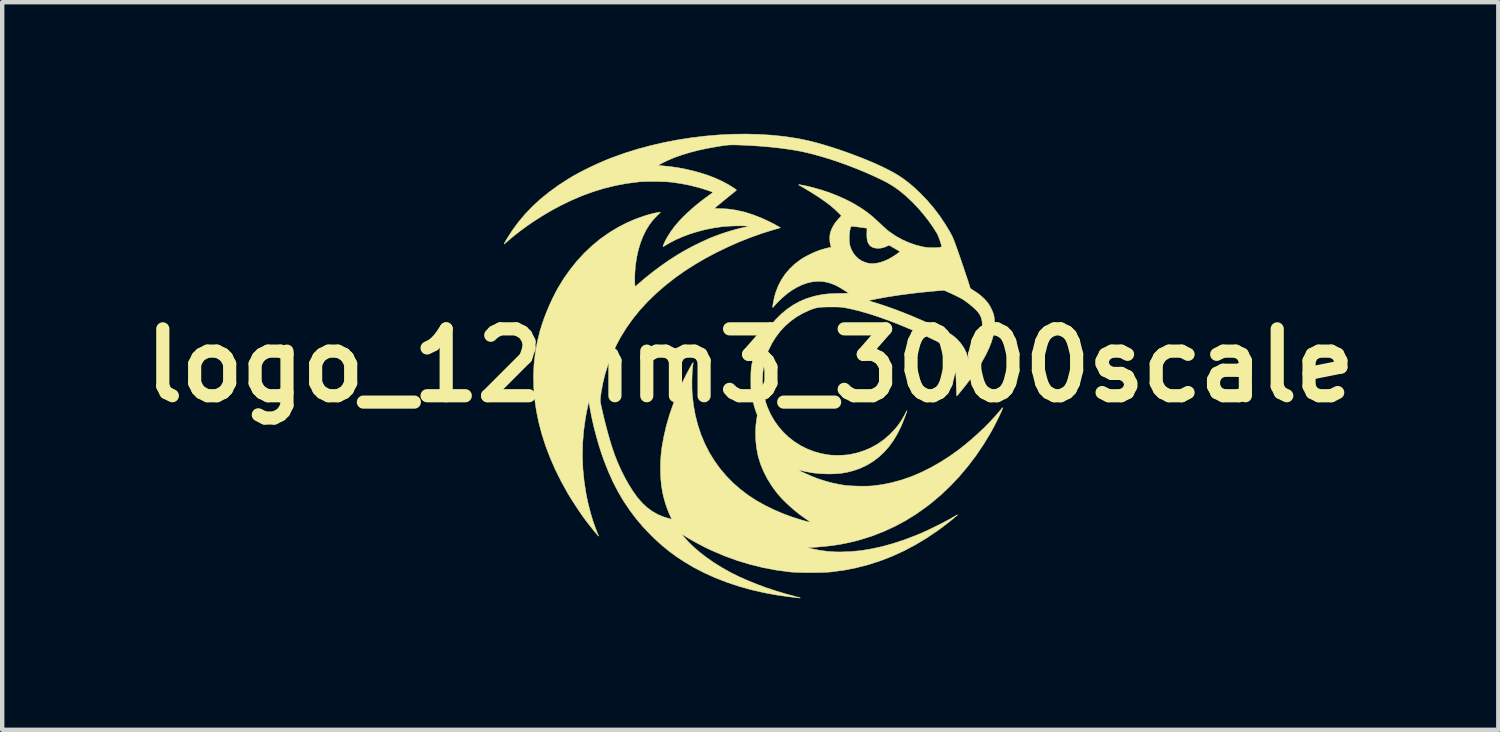
<source format=kicad_pcb>
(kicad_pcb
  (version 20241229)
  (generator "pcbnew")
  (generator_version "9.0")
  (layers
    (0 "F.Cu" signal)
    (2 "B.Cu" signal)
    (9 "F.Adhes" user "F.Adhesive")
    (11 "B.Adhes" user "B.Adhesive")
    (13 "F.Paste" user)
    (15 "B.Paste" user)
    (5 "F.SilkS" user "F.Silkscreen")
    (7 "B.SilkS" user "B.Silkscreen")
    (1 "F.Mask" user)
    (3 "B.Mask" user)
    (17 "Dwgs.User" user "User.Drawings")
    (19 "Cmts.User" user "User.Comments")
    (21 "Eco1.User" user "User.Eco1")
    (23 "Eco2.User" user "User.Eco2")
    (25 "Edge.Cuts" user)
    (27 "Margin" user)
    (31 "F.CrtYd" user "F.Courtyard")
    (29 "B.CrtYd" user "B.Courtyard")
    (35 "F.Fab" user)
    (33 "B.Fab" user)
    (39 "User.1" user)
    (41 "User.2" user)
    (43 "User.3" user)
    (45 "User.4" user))
  (footprint "logo_12mm3_3000scale"
    (layer "F.Cu")
    (at 14.05 5.28)
    (property "Reference" "logo_12mm3_3000scale" (at 0 0 0) (layer "F.SilkS") (effects (font (size 1.524 1.524) (thickness 0.3))))
    (attr through_hole)
    (fp_poly (pts (xy 0.208 -5.267) (xy 0.505 -5.248) (xy 0.795 -5.217) (xy 1.075 -5.174) (xy 1.193 -5.151) (xy 1.34 -5.119) (xy 1.498 -5.079) (xy 1.667 -5.032) (xy 1.842 -4.978) (xy 2.022 -4.92) (xy 2.205 -4.856) (xy 2.387 -4.789) (xy 2.566 -4.72) (xy 2.74 -4.648) (xy 2.862 -4.595) (xy 3.007 -4.529) (xy 3.138 -4.464) (xy 3.257 -4.401) (xy 3.367 -4.336) (xy 3.469 -4.269) (xy 3.567 -4.197) (xy 3.663 -4.12) (xy 3.759 -4.036) (xy 3.857 -3.943) (xy 3.868 -3.933) (xy 4.032 -3.763) (xy 4.182 -3.587) (xy 4.322 -3.403) (xy 4.452 -3.208) (xy 4.55 -3.044) (xy 4.571 -3.005) (xy 4.59 -2.97) (xy 4.607 -2.936) (xy 4.623 -2.899) (xy 4.64 -2.858) (xy 4.659 -2.809) (xy 4.68 -2.751) (xy 4.706 -2.679) (xy 4.712 -2.663) (xy 4.734 -2.601) (xy 4.758 -2.532) (xy 4.784 -2.457) (xy 4.811 -2.378) (xy 4.838 -2.298) (xy 4.866 -2.217) (xy 4.892 -2.138) (xy 4.917 -2.062) (xy 4.941 -1.992) (xy 4.962 -1.928) (xy 4.979 -1.874) (xy 4.993 -1.83) (xy 5.003 -1.798) (xy 5.008 -1.781) (xy 5.013 -1.765) (xy 5.025 -1.751) (xy 5.046 -1.736) (xy 5.074 -1.718) (xy 5.179 -1.65) (xy 5.273 -1.576) (xy 5.355 -1.498) (xy 5.419 -1.422) (xy 5.451 -1.373) (xy 5.484 -1.313) (xy 5.514 -1.25) (xy 5.538 -1.19) (xy 5.55 -1.151) (xy 5.559 -1.103) (xy 5.566 -1.043) (xy 5.569 -0.976) (xy 5.569 -0.907) (xy 5.566 -0.841) (xy 5.56 -0.784) (xy 5.56 -0.783) (xy 5.533 -0.657) (xy 5.493 -0.525) (xy 5.438 -0.387) (xy 5.37 -0.244) (xy 5.286 -0.093) (xy 5.189 0.064) (xy 5.076 0.228) (xy 4.992 0.342) (xy 4.955 0.391) (xy 4.917 0.441) (xy 4.877 0.492) (xy 4.838 0.54) (xy 4.802 0.585) (xy 4.77 0.624) (xy 4.743 0.657) (xy 4.722 0.68) (xy 4.71 0.693) (xy 4.707 0.694) (xy 4.705 0.686) (xy 4.704 0.663) (xy 4.702 0.628) (xy 4.7 0.583) (xy 4.698 0.529) (xy 4.696 0.476) (xy 4.693 0.361) (xy 4.689 0.254) (xy 4.683 0.158) (xy 4.677 0.074) (xy 4.671 0.004) (xy 4.664 -0.047) (xy 4.64 -0.148) (xy 4.6 -0.243) (xy 4.545 -0.33) (xy 4.477 -0.409) (xy 4.439 -0.443) (xy 4.409 -0.465) (xy 4.364 -0.492) (xy 4.304 -0.524) (xy 4.231 -0.562) (xy 4.143 -0.605) (xy 4.042 -0.653) (xy 3.929 -0.704) (xy 3.899 -0.718) (xy 3.635 -0.833) (xy 3.383 -0.938) (xy 3.141 -1.031) (xy 2.911 -1.113) (xy 2.693 -1.183) (xy 2.487 -1.242) (xy 2.292 -1.289) (xy 2.172 -1.314) (xy 2.139 -1.32) (xy 2.109 -1.324) (xy 2.079 -1.328) (xy 2.045 -1.33) (xy 2.005 -1.332) (xy 1.956 -1.333) (xy 1.896 -1.333) (xy 1.833 -1.333) (xy 1.749 -1.333) (xy 1.679 -1.331) (xy 1.62 -1.328) (xy 1.569 -1.323) (xy 1.524 -1.316) (xy 1.481 -1.307) (xy 1.438 -1.294) (xy 1.393 -1.277) (xy 1.359 -1.264) (xy 1.203 -1.193) (xy 1.057 -1.109) (xy 0.921 -1.011) (xy 0.796 -0.901) (xy 0.682 -0.779) (xy 0.581 -0.646) (xy 0.492 -0.502) (xy 0.417 -0.349) (xy 0.395 -0.296) (xy 0.342 -0.141) (xy 0.305 0.02) (xy 0.284 0.184) (xy 0.277 0.349) (xy 0.287 0.515) (xy 0.312 0.678) (xy 0.352 0.837) (xy 0.395 0.961) (xy 0.466 1.116) (xy 0.55 1.261) (xy 0.647 1.397) (xy 0.755 1.521) (xy 0.875 1.635) (xy 1.005 1.736) (xy 1.144 1.824) (xy 1.292 1.899) (xy 1.448 1.96) (xy 1.61 2.006) (xy 1.778 2.037) (xy 1.78 2.037) (xy 1.842 2.043) (xy 1.915 2.046) (xy 1.993 2.047) (xy 2.074 2.046) (xy 2.151 2.042) (xy 2.22 2.036) (xy 2.273 2.028) (xy 2.445 1.99) (xy 2.607 1.937) (xy 2.76 1.871) (xy 2.904 1.79) (xy 3.04 1.695) (xy 3.168 1.585) (xy 3.23 1.523) (xy 3.306 1.441) (xy 3.37 1.363) (xy 3.427 1.282) (xy 3.48 1.194) (xy 3.52 1.122) (xy 3.539 1.086) (xy 3.555 1.056) (xy 3.567 1.037) (xy 3.572 1.029) (xy 3.573 1.029) (xy 3.57 1.042) (xy 3.562 1.068) (xy 3.549 1.104) (xy 3.533 1.148) (xy 3.515 1.196) (xy 3.495 1.247) (xy 3.476 1.296) (xy 3.457 1.342) (xy 3.44 1.382) (xy 3.434 1.396) (xy 3.351 1.562) (xy 3.259 1.715) (xy 3.157 1.854) (xy 3.046 1.98) (xy 2.925 2.091) (xy 2.795 2.189) (xy 2.656 2.273) (xy 2.508 2.342) (xy 2.409 2.378) (xy 2.298 2.412) (xy 2.19 2.438) (xy 2.081 2.456) (xy 1.967 2.467) (xy 1.842 2.472) (xy 1.788 2.472) (xy 1.606 2.467) (xy 1.433 2.449) (xy 1.265 2.419) (xy 1.169 2.396) (xy 1.138 2.389) (xy 1.115 2.384) (xy 1.103 2.383) (xy 1.102 2.384) (xy 1.108 2.388) (xy 1.126 2.399) (xy 1.155 2.414) (xy 1.192 2.432) (xy 1.211 2.441) (xy 1.385 2.519) (xy 1.553 2.584) (xy 1.72 2.638) (xy 1.889 2.682) (xy 2.065 2.717) (xy 2.151 2.731) (xy 2.198 2.737) (xy 2.258 2.741) (xy 2.329 2.745) (xy 2.406 2.748) (xy 2.487 2.75) (xy 2.567 2.75) (xy 2.643 2.75) (xy 2.712 2.748) (xy 2.77 2.745) (xy 2.787 2.744) (xy 3.007 2.715) (xy 3.228 2.67) (xy 3.45 2.609) (xy 3.672 2.532) (xy 3.894 2.438) (xy 4.115 2.328) (xy 4.335 2.203) (xy 4.553 2.063) (xy 4.754 1.919) (xy 4.901 1.803) (xy 5.05 1.678) (xy 5.196 1.547) (xy 5.339 1.412) (xy 5.473 1.275) (xy 5.598 1.14) (xy 5.702 1.018) (xy 5.724 0.992) (xy 5.742 0.972) (xy 5.753 0.962) (xy 5.755 0.96) (xy 5.754 0.97) (xy 5.746 0.994) (xy 5.732 1.028) (xy 5.713 1.071) (xy 5.689 1.123) (xy 5.662 1.179) (xy 5.632 1.24) (xy 5.601 1.302) (xy 5.569 1.365) (xy 5.537 1.426) (xy 5.506 1.482) (xy 5.478 1.534) (xy 5.474 1.541) (xy 5.313 1.806) (xy 5.141 2.059) (xy 4.958 2.3) (xy 4.766 2.528) (xy 4.563 2.743) (xy 4.352 2.944) (xy 4.131 3.131) (xy 4.009 3.225) (xy 3.779 3.388) (xy 3.542 3.535) (xy 3.298 3.666) (xy 3.048 3.781) (xy 2.791 3.882) (xy 2.527 3.966) (xy 2.418 3.996) (xy 2.24 4.039) (xy 2.059 4.075) (xy 1.872 4.104) (xy 1.675 4.126) (xy 1.466 4.144) (xy 1.41 4.147) (xy 1.308 4.153) (xy 1.401 4.176) (xy 1.577 4.212) (xy 1.76 4.237) (xy 1.951 4.249) (xy 2.057 4.25) (xy 2.285 4.242) (xy 2.518 4.22) (xy 2.756 4.181) (xy 3.001 4.128) (xy 3.251 4.059) (xy 3.508 3.975) (xy 3.771 3.875) (xy 3.878 3.831) (xy 3.952 3.798) (xy 4.036 3.76) (xy 4.128 3.716) (xy 4.224 3.669) (xy 4.32 3.621) (xy 4.414 3.573) (xy 4.5 3.527) (xy 4.577 3.485) (xy 4.614 3.463) (xy 4.66 3.437) (xy 4.693 3.418) (xy 4.714 3.407) (xy 4.724 3.403) (xy 4.724 3.405) (xy 4.717 3.413) (xy 4.703 3.425) (xy 4.669 3.455) (xy 4.624 3.493) (xy 4.57 3.536) (xy 4.511 3.583) (xy 4.448 3.631) (xy 4.386 3.679) (xy 4.326 3.724) (xy 4.272 3.763) (xy 4.02 3.933) (xy 3.765 4.086) (xy 3.506 4.223) (xy 3.243 4.344) (xy 2.976 4.448) (xy 2.704 4.537) (xy 2.428 4.608) (xy 2.148 4.664) (xy 1.863 4.703) (xy 1.85 4.705) (xy 1.787 4.71) (xy 1.71 4.714) (xy 1.622 4.718) (xy 1.527 4.72) (xy 1.427 4.721) (xy 1.326 4.721) (xy 1.226 4.72) (xy 1.13 4.718) (xy 1.043 4.715) (xy 0.965 4.711) (xy 0.902 4.705) (xy 0.897 4.705) (xy 0.591 4.664) (xy 0.29 4.607) (xy -0.005 4.534) (xy -0.297 4.446) (xy -0.585 4.341) (xy -0.871 4.22) (xy -0.916 4.199) (xy -0.987 4.165) (xy -1.064 4.127) (xy -1.144 4.085) (xy -1.225 4.042) (xy -1.302 3.999) (xy -1.375 3.958) (xy -1.441 3.919) (xy -1.496 3.885) (xy -1.535 3.859) (xy -1.55 3.849) (xy -1.558 3.847) (xy -1.558 3.847) (xy -1.553 3.855) (xy -1.539 3.873) (xy -1.52 3.897) (xy -1.514 3.905) (xy -1.405 4.026) (xy -1.281 4.146) (xy -1.142 4.265) (xy -0.991 4.381) (xy -0.828 4.494) (xy -0.655 4.602) (xy -0.474 4.704) (xy -0.432 4.727) (xy -0.252 4.816) (xy -0.058 4.902) (xy 0.148 4.985) (xy 0.363 5.065) (xy 0.584 5.138) (xy 0.808 5.206) (xy 1.033 5.266) (xy 1.084 5.28) (xy 1.119 5.289) (xy 1.138 5.296) (xy 1.141 5.299) (xy 1.128 5.299) (xy 1.1 5.297) (xy 1.079 5.294) (xy 1.063 5.292) (xy 1.033 5.289) (xy 0.993 5.284) (xy 0.945 5.279) (xy 0.906 5.274) (xy 0.602 5.232) (xy 0.306 5.177) (xy 0.016 5.11) (xy -0.265 5.031) (xy -0.536 4.941) (xy -0.798 4.839) (xy -1.049 4.726) (xy -1.288 4.602) (xy -1.494 4.48) (xy -1.677 4.36) (xy -1.849 4.234) (xy -2.013 4.1) (xy -2.174 3.954) (xy -2.269 3.861) (xy -2.443 3.679) (xy -2.529 3.577) (xy 1.38 3.577) (xy 1.384 3.581) (xy 1.389 3.577) (xy 1.384 3.573) (xy 1.38 3.577) (xy -2.529 3.577) (xy -2.603 3.49) (xy -2.751 3.293) (xy -2.888 3.089) (xy -3.014 2.874) (xy -3.131 2.648) (xy -3.237 2.411) (xy -3.336 2.16) (xy -3.395 1.99) (xy -3.455 1.802) (xy -3.51 1.608) (xy -3.561 1.413) (xy -3.605 1.221) (xy -3.642 1.037) (xy -3.659 0.94) (xy -3.665 0.9) (xy -3.671 0.866) (xy -3.676 0.843) (xy -3.678 0.832) (xy -3.678 0.832) (xy -3.681 0.838) (xy -3.687 0.859) (xy -3.694 0.891) (xy -3.704 0.932) (xy -3.714 0.98) (xy -3.725 1.032) (xy -3.735 1.085) (xy -3.745 1.137) (xy -3.754 1.186) (xy -3.759 1.215) (xy -3.798 1.5) (xy -3.82 1.785) (xy -3.825 2.072) (xy -3.814 2.359) (xy -3.785 2.647) (xy -3.74 2.935) (xy -3.733 2.972) (xy -3.7 3.127) (xy -3.661 3.283) (xy -3.619 3.435) (xy -3.573 3.582) (xy -3.524 3.718) (xy -3.481 3.827) (xy -3.454 3.89) (xy -3.476 3.869) (xy -3.491 3.854) (xy -3.513 3.827) (xy -3.543 3.792) (xy -3.578 3.749) (xy -3.616 3.702) (xy -3.655 3.652) (xy -3.695 3.602) (xy -3.732 3.553) (xy -3.766 3.508) (xy -3.793 3.472) (xy -3.836 3.411) (xy -3.885 3.34) (xy -3.938 3.262) (xy -3.991 3.18) (xy -4.044 3.099) (xy -4.092 3.023) (xy -4.135 2.953) (xy -4.159 2.913) (xy -4.31 2.64) (xy -4.445 2.369) (xy -4.563 2.098) (xy -4.666 1.828) (xy -4.752 1.559) (xy -4.822 1.291) (xy -4.876 1.025) (xy -4.908 0.802) (xy -3.418 0.802) (xy -3.416 0.826) (xy -3.411 0.856) (xy -3.404 0.894) (xy -3.393 0.944) (xy -3.391 0.952) (xy -3.359 1.095) (xy -3.324 1.243) (xy -3.285 1.393) (xy -3.246 1.54) (xy -3.206 1.681) (xy -3.167 1.811) (xy -3.148 1.871) (xy -3.087 2.047) (xy -3.018 2.221) (xy -2.941 2.391) (xy -2.859 2.554) (xy -2.773 2.709) (xy -2.683 2.852) (xy -2.592 2.982) (xy -2.56 3.023) (xy -2.459 3.137) (xy -2.352 3.237) (xy -2.238 3.321) (xy -2.116 3.391) (xy -1.986 3.447) (xy -1.88 3.48) (xy -1.847 3.489) (xy -1.82 3.497) (xy -1.802 3.502) (xy -1.801 3.502) (xy -1.794 3.502) (xy -1.794 3.495) (xy -1.801 3.478) (xy -1.815 3.449) (xy -1.856 3.358) (xy -1.896 3.255) (xy -1.934 3.145) (xy -1.966 3.031) (xy -1.993 2.92) (xy -1.997 2.9) (xy -2.024 2.74) (xy -2.04 2.57) (xy -2.047 2.393) (xy -2.045 2.211) (xy -2.033 2.029) (xy -2.015 1.875) (xy -1.971 1.626) (xy -1.912 1.372) (xy -1.837 1.115) (xy -1.747 0.857) (xy -1.643 0.597) (xy -1.524 0.338) (xy -1.498 0.287) (xy -1.472 0.234) (xy -1.444 0.18) (xy -1.415 0.126) (xy -1.388 0.075) (xy -1.362 0.029) (xy -1.34 -0.011) (xy -1.322 -0.041) (xy -1.309 -0.061) (xy -1.303 -0.068) (xy -1.301 -0.06) (xy -1.303 -0.041) (xy -1.305 -0.028) (xy -1.312 0.028) (xy -1.319 0.098) (xy -1.324 0.178) (xy -1.327 0.264) (xy -1.329 0.355) (xy -1.329 0.445) (xy -1.328 0.533) (xy -1.325 0.614) (xy -1.321 0.673) (xy -1.293 0.911) (xy -1.251 1.141) (xy -1.193 1.363) (xy -1.122 1.577) (xy -1.036 1.782) (xy -0.936 1.979) (xy -0.822 2.166) (xy -0.694 2.344) (xy -0.553 2.512) (xy -0.399 2.67) (xy -0.231 2.818) (xy -0.051 2.955) (xy 0.142 3.081) (xy 0.157 3.089) (xy 0.34 3.191) (xy 0.536 3.287) (xy 0.741 3.375) (xy 0.95 3.453) (xy 1.161 3.52) (xy 1.24 3.542) (xy 1.292 3.556) (xy 1.33 3.565) (xy 1.354 3.57) (xy 1.367 3.572) (xy 1.37 3.57) (xy 1.367 3.566) (xy 1.357 3.559) (xy 1.336 3.544) (xy 1.307 3.524) (xy 1.271 3.499) (xy 1.255 3.488) (xy 1.146 3.41) (xy 1.036 3.324) (xy 0.928 3.232) (xy 0.825 3.137) (xy 0.729 3.042) (xy 0.645 2.949) (xy 0.601 2.896) (xy 0.49 2.744) (xy 0.393 2.587) (xy 0.31 2.427) (xy 0.288 2.375) (xy 1.084 2.375) (xy 1.088 2.379) (xy 1.092 2.375) (xy 1.088 2.371) (xy 1.084 2.375) (xy 0.288 2.375) (xy 0.241 2.264) (xy 0.189 2.1) (xy 0.175 2.045) (xy 0.143 1.876) (xy 0.125 1.703) (xy 0.12 1.528) (xy 0.129 1.355) (xy 0.149 1.205) (xy 0.161 1.133) (xy 0.131 1.053) (xy 0.103 0.969) (xy 0.076 0.873) (xy 0.052 0.768) (xy 0.032 0.665) (xy 0.026 0.628) (xy 0.022 0.593) (xy 0.018 0.558) (xy 0.016 0.52) (xy 0.014 0.475) (xy 0.014 0.42) (xy 0.013 0.352) (xy 0.013 0.33) (xy 0.014 0.248) (xy 0.015 0.179) (xy 0.018 0.12) (xy 0.022 0.067) (xy 0.029 0.016) (xy 0.038 -0.035) (xy 0.05 -0.09) (xy 0.066 -0.154) (xy 0.068 -0.162) (xy 0.098 -0.271) (xy 0.134 -0.374) (xy 0.176 -0.472) (xy 0.226 -0.569) (xy 0.285 -0.667) (xy 0.355 -0.769) (xy 0.437 -0.878) (xy 0.456 -0.902) (xy 0.578 -1.044) (xy 0.705 -1.171) (xy 0.838 -1.282) (xy 0.977 -1.377) (xy 1.122 -1.457) (xy 1.172 -1.478) (xy 2.695 -1.478) (xy 2.702 -1.475) (xy 2.722 -1.469) (xy 2.754 -1.459) (xy 2.794 -1.446) (xy 2.83 -1.436) (xy 2.985 -1.387) (xy 3.153 -1.33) (xy 3.33 -1.266) (xy 3.515 -1.194) (xy 3.706 -1.117) (xy 3.9 -1.034) (xy 4.096 -0.947) (xy 4.292 -0.856) (xy 4.37 -0.819) (xy 4.445 -0.782) (xy 4.507 -0.75) (xy 4.559 -0.72) (xy 4.604 -0.69) (xy 4.645 -0.66) (xy 4.684 -0.626) (xy 4.711 -0.601) (xy 4.796 -0.508) (xy 4.866 -0.407) (xy 4.922 -0.296) (xy 4.964 -0.175) (xy 4.97 -0.153) (xy 4.98 -0.115) (xy 5.015 -0.17) (xy 5.032 -0.199) (xy 5.055 -0.237) (xy 5.08 -0.281) (xy 5.104 -0.325) (xy 5.106 -0.328) (xy 5.145 -0.404) (xy 5.182 -0.486) (xy 5.216 -0.568) (xy 5.245 -0.646) (xy 5.266 -0.716) (xy 5.268 -0.724) (xy 5.28 -0.788) (xy 5.287 -0.857) (xy 5.288 -0.927) (xy 5.285 -0.993) (xy 5.275 -1.05) (xy 5.268 -1.077) (xy 5.247 -1.127) (xy 5.221 -1.175) (xy 5.186 -1.222) (xy 5.143 -1.27) (xy 5.088 -1.321) (xy 5.02 -1.377) (xy 4.983 -1.407) (xy 4.945 -1.436) (xy 4.908 -1.463) (xy 4.877 -1.486) (xy 4.854 -1.501) (xy 4.852 -1.503) (xy 4.823 -1.52) (xy 4.782 -1.542) (xy 4.733 -1.567) (xy 4.678 -1.594) (xy 4.623 -1.621) (xy 4.569 -1.646) (xy 4.52 -1.668) (xy 4.5 -1.677) (xy 4.415 -1.713) (xy 4.284 -1.703) (xy 4.147 -1.691) (xy 4.002 -1.677) (xy 3.851 -1.661) (xy 3.699 -1.644) (xy 3.55 -1.625) (xy 3.407 -1.606) (xy 3.275 -1.586) (xy 3.198 -1.574) (xy 3.144 -1.565) (xy 3.085 -1.555) (xy 3.023 -1.544) (xy 2.96 -1.532) (xy 2.899 -1.521) (xy 2.842 -1.51) (xy 2.791 -1.5) (xy 2.749 -1.491) (xy 2.717 -1.484) (xy 2.699 -1.48) (xy 2.695 -1.478) (xy 1.172 -1.478) (xy 1.273 -1.522) (xy 1.431 -1.571) (xy 1.494 -1.587) (xy 1.562 -1.601) (xy 1.624 -1.613) (xy 1.684 -1.622) (xy 1.744 -1.629) (xy 1.809 -1.634) (xy 1.882 -1.638) (xy 1.966 -1.641) (xy 2.01 -1.642) (xy 2.246 -1.647) (xy 2.146 -1.712) (xy 2.045 -1.775) (xy 1.951 -1.825) (xy 1.86 -1.863) (xy 1.771 -1.891) (xy 1.68 -1.909) (xy 1.644 -1.914) (xy 1.531 -1.918) (xy 1.415 -1.907) (xy 1.297 -1.88) (xy 1.177 -1.837) (xy 1.057 -1.779) (xy 0.936 -1.706) (xy 0.865 -1.655) (xy 0.823 -1.622) (xy 0.775 -1.581) (xy 0.724 -1.536) (xy 0.674 -1.49) (xy 0.628 -1.444) (xy 0.588 -1.403) (xy 0.557 -1.368) (xy 0.55 -1.36) (xy 0.533 -1.339) (xy 0.52 -1.325) (xy 0.514 -1.321) (xy 0.511 -1.329) (xy 0.512 -1.35) (xy 0.516 -1.382) (xy 0.523 -1.423) (xy 0.532 -1.47) (xy 0.542 -1.52) (xy 0.554 -1.57) (xy 0.567 -1.619) (xy 0.579 -1.663) (xy 0.584 -1.676) (xy 0.639 -1.818) (xy 0.71 -1.953) (xy 0.794 -2.079) (xy 0.893 -2.196) (xy 1.005 -2.304) (xy 1.131 -2.401) (xy 1.17 -2.428) (xy 1.224 -2.461) (xy 1.29 -2.497) (xy 1.361 -2.533) (xy 1.434 -2.568) (xy 1.504 -2.598) (xy 1.564 -2.621) (xy 1.571 -2.623) (xy 1.61 -2.636) (xy 1.655 -2.649) (xy 1.701 -2.663) (xy 1.746 -2.674) (xy 1.785 -2.684) (xy 1.814 -2.69) (xy 1.831 -2.692) (xy 1.843 -2.693) (xy 1.846 -2.695) (xy 1.843 -2.703) (xy 1.837 -2.723) (xy 1.829 -2.75) (xy 1.818 -2.798) (xy 1.813 -2.856) (xy 1.812 -2.91) (xy 2.256 -2.91) (xy 2.257 -2.846) (xy 2.262 -2.788) (xy 2.27 -2.741) (xy 2.271 -2.735) (xy 2.304 -2.644) (xy 2.349 -2.561) (xy 2.405 -2.489) (xy 2.472 -2.428) (xy 2.547 -2.381) (xy 2.55 -2.38) (xy 2.632 -2.345) (xy 2.713 -2.326) (xy 2.795 -2.322) (xy 2.883 -2.331) (xy 2.887 -2.332) (xy 2.964 -2.349) (xy 3.04 -2.375) (xy 3.121 -2.409) (xy 3.137 -2.417) (xy 3.182 -2.441) (xy 3.234 -2.471) (xy 3.287 -2.504) (xy 3.337 -2.538) (xy 3.378 -2.568) (xy 3.389 -2.577) (xy 3.413 -2.597) (xy 3.289 -2.669) (xy 3.164 -2.741) (xy 3.113 -2.717) (xy 3.043 -2.69) (xy 2.973 -2.674) (xy 2.906 -2.67) (xy 2.844 -2.676) (xy 2.788 -2.693) (xy 2.742 -2.72) (xy 2.71 -2.755) (xy 2.685 -2.798) (xy 2.669 -2.846) (xy 2.66 -2.902) (xy 2.657 -2.971) (xy 2.657 -2.989) (xy 2.658 -3.03) (xy 2.659 -3.066) (xy 2.66 -3.094) (xy 2.661 -3.107) (xy 2.663 -3.128) (xy 2.482 -3.153) (xy 2.42 -3.161) (xy 2.373 -3.167) (xy 2.338 -3.17) (xy 2.315 -3.171) (xy 2.301 -3.17) (xy 2.295 -3.167) (xy 2.295 -3.167) (xy 2.29 -3.154) (xy 2.283 -3.129) (xy 2.275 -3.097) (xy 2.272 -3.087) (xy 2.264 -3.035) (xy 2.258 -2.975) (xy 2.256 -2.91) (xy 1.812 -2.91) (xy 1.812 -2.918) (xy 1.816 -2.977) (xy 1.825 -3.024) (xy 1.854 -3.107) (xy 1.897 -3.192) (xy 1.953 -3.274) (xy 2.019 -3.35) (xy 2.021 -3.352) (xy 2.045 -3.377) (xy 2.063 -3.397) (xy 2.073 -3.41) (xy 2.074 -3.412) (xy 2.069 -3.42) (xy 2.053 -3.437) (xy 2.029 -3.461) (xy 2 -3.49) (xy 1.988 -3.502) (xy 1.93 -3.556) (xy 1.873 -3.607) (xy 1.812 -3.657) (xy 1.747 -3.707) (xy 1.673 -3.76) (xy 1.588 -3.819) (xy 1.541 -3.85) (xy 1.499 -3.877) (xy 1.449 -3.909) (xy 1.395 -3.943) (xy 1.338 -3.978) (xy 1.281 -4.012) (xy 1.229 -4.044) (xy 1.183 -4.071) (xy 1.146 -4.092) (xy 1.127 -4.101) (xy 1.11 -4.112) (xy 1.103 -4.119) (xy 1.103 -4.12) (xy 1.114 -4.121) (xy 1.138 -4.118) (xy 1.174 -4.112) (xy 1.219 -4.103) (xy 1.27 -4.092) (xy 1.326 -4.08) (xy 1.382 -4.067) (xy 1.429 -4.055) (xy 1.614 -4.003) (xy 1.797 -3.942) (xy 1.975 -3.873) (xy 2.146 -3.798) (xy 2.305 -3.718) (xy 2.399 -3.665) (xy 2.504 -3.601) (xy 2.599 -3.538) (xy 2.689 -3.472) (xy 2.776 -3.402) (xy 2.865 -3.323) (xy 2.956 -3.238) (xy 3.001 -3.196) (xy 3.047 -3.153) (xy 3.093 -3.112) (xy 3.133 -3.078) (xy 3.165 -3.052) (xy 3.167 -3.051) (xy 3.309 -2.954) (xy 3.459 -2.87) (xy 3.615 -2.8) (xy 3.774 -2.744) (xy 3.935 -2.704) (xy 3.975 -2.697) (xy 4.023 -2.69) (xy 4.079 -2.686) (xy 4.14 -2.684) (xy 4.199 -2.684) (xy 4.254 -2.686) (xy 4.297 -2.69) (xy 4.309 -2.692) (xy 4.334 -2.697) (xy 4.353 -2.7) (xy 4.358 -2.701) (xy 4.361 -2.708) (xy 4.358 -2.729) (xy 4.351 -2.759) (xy 4.34 -2.797) (xy 4.326 -2.839) (xy 4.311 -2.883) (xy 4.295 -2.925) (xy 4.279 -2.964) (xy 4.264 -2.996) (xy 4.257 -3.01) (xy 4.167 -3.153) (xy 4.064 -3.298) (xy 3.951 -3.443) (xy 3.83 -3.584) (xy 3.704 -3.717) (xy 3.665 -3.754) (xy 3.557 -3.855) (xy 3.453 -3.944) (xy 3.351 -4.023) (xy 3.246 -4.094) (xy 3.135 -4.16) (xy 3.015 -4.223) (xy 2.984 -4.238) (xy 2.801 -4.324) (xy 2.611 -4.408) (xy 2.416 -4.488) (xy 2.217 -4.565) (xy 2.019 -4.636) (xy 1.823 -4.702) (xy 1.631 -4.76) (xy 1.446 -4.812) (xy 1.271 -4.855) (xy 1.151 -4.881) (xy 0.938 -4.919) (xy 0.71 -4.951) (xy 0.467 -4.978) (xy 0.207 -5) (xy -0.068 -5.017) (xy -0.186 -5.022) (xy -0.266 -5.025) (xy -0.333 -5.027) (xy -0.39 -5.028) (xy -0.442 -5.027) (xy -0.49 -5.025) (xy -0.54 -5.02) (xy -0.593 -5.014) (xy -0.655 -5.005) (xy -0.728 -4.993) (xy -0.77 -4.986) (xy -0.983 -4.948) (xy -1.186 -4.904) (xy -1.378 -4.854) (xy -1.558 -4.799) (xy -1.726 -4.74) (xy -1.879 -4.676) (xy -2.007 -4.613) (xy -2.04 -4.595) (xy -2.068 -4.579) (xy -2.087 -4.568) (xy -2.094 -4.564) (xy -2.089 -4.561) (xy -2.07 -4.557) (xy -2.041 -4.554) (xy -2.013 -4.552) (xy -1.837 -4.535) (xy -1.657 -4.51) (xy -1.477 -4.476) (xy -1.298 -4.434) (xy -1.124 -4.386) (xy -0.958 -4.332) (xy -0.802 -4.272) (xy -0.66 -4.208) (xy -0.651 -4.203) (xy -0.597 -4.175) (xy -0.542 -4.146) (xy -0.489 -4.116) (xy -0.44 -4.086) (xy -0.396 -4.059) (xy -0.36 -4.035) (xy -0.333 -4.016) (xy -0.318 -4.002) (xy -0.315 -3.996) (xy -0.322 -3.989) (xy -0.34 -3.973) (xy -0.367 -3.951) (xy -0.401 -3.923) (xy -0.432 -3.899) (xy -0.466 -3.871) (xy -0.507 -3.838) (xy -0.552 -3.801) (xy -0.6 -3.762) (xy -0.647 -3.723) (xy -0.692 -3.686) (xy -0.733 -3.652) (xy -0.768 -3.623) (xy -0.794 -3.601) (xy -0.809 -3.587) (xy -0.81 -3.587) (xy -0.81 -3.583) (xy -0.798 -3.58) (xy -0.772 -3.578) (xy -0.733 -3.577) (xy -0.692 -3.576) (xy -0.511 -3.567) (xy -0.327 -3.541) (xy -0.139 -3.499) (xy 0.051 -3.44) (xy 0.246 -3.365) (xy 0.411 -3.289) (xy 0.462 -3.264) (xy 0.513 -3.238) (xy 0.56 -3.213) (xy 0.599 -3.191) (xy 0.622 -3.179) (xy 0.689 -3.139) (xy 0.533 -3.094) (xy 0.271 -3.013) (xy 0.007 -2.919) (xy -0.255 -2.815) (xy -0.515 -2.7) (xy -0.77 -2.577) (xy -1.017 -2.446) (xy -1.254 -2.308) (xy -1.48 -2.164) (xy -1.691 -2.016) (xy -1.714 -1.999) (xy -1.938 -1.823) (xy -2.145 -1.643) (xy -2.337 -1.457) (xy -2.513 -1.266) (xy -2.673 -1.068) (xy -2.819 -0.865) (xy -2.95 -0.654) (xy -3.047 -0.474) (xy -3.146 -0.262) (xy -3.232 -0.046) (xy -3.303 0.174) (xy -3.358 0.394) (xy -3.399 0.613) (xy -3.412 0.72) (xy -3.416 0.752) (xy -3.418 0.778) (xy -3.418 0.802) (xy -4.908 0.802) (xy -4.914 0.76) (xy -4.935 0.498) (xy -4.94 0.238) (xy -4.929 -0.02) (xy -4.901 -0.275) (xy -4.856 -0.526) (xy -4.796 -0.775) (xy -4.748 -0.931) (xy -4.699 -1.073) (xy -4.642 -1.221) (xy -4.579 -1.371) (xy -4.512 -1.516) (xy -4.443 -1.654) (xy -4.378 -1.774) (xy -4.247 -1.987) (xy -4.104 -2.188) (xy -3.951 -2.379) (xy -3.787 -2.557) (xy -3.613 -2.722) (xy -3.43 -2.874) (xy -3.399 -2.897) (xy -3.21 -3.03) (xy -3.011 -3.15) (xy -2.807 -3.255) (xy -2.597 -3.345) (xy -2.394 -3.415) (xy -2.347 -3.429) (xy -2.295 -3.444) (xy -2.24 -3.458) (xy -2.187 -3.471) (xy -2.138 -3.482) (xy -2.096 -3.49) (xy -2.065 -3.495) (xy -2.051 -3.497) (xy -2.05 -3.492) (xy -2.061 -3.477) (xy -2.084 -3.454) (xy -2.102 -3.437) (xy -2.201 -3.335) (xy -2.292 -3.219) (xy -2.372 -3.09) (xy -2.442 -2.949) (xy -2.502 -2.797) (xy -2.551 -2.634) (xy -2.589 -2.461) (xy -2.616 -2.279) (xy -2.624 -2.19) (xy -2.628 -2.129) (xy -2.631 -2.064) (xy -2.633 -2) (xy -2.633 -1.94) (xy -2.632 -1.887) (xy -2.629 -1.846) (xy -2.628 -1.834) (xy -2.622 -1.795) (xy -2.563 -1.848) (xy -2.398 -1.99) (xy -2.224 -2.129) (xy -2.042 -2.265) (xy -1.859 -2.393) (xy -1.676 -2.511) (xy -1.528 -2.599) (xy -1.444 -2.646) (xy -1.348 -2.697) (xy -1.247 -2.749) (xy -1.144 -2.799) (xy -1.043 -2.846) (xy -0.95 -2.888) (xy -0.902 -2.909) (xy -0.795 -2.951) (xy -0.681 -2.993) (xy -0.563 -3.032) (xy -0.444 -3.069) (xy -0.329 -3.102) (xy -0.22 -3.13) (xy -0.121 -3.152) (xy -0.072 -3.161) (xy -0.004 -3.173) (xy -0.097 -3.179) (xy -0.153 -3.182) (xy -0.221 -3.183) (xy -0.297 -3.182) (xy -0.379 -3.18) (xy -0.46 -3.177) (xy -0.539 -3.172) (xy -0.609 -3.166) (xy -0.652 -3.162) (xy -0.834 -3.135) (xy -1.016 -3.099) (xy -1.195 -3.053) (xy -1.368 -3) (xy -1.535 -2.938) (xy -1.691 -2.87) (xy -1.834 -2.796) (xy -1.918 -2.747) (xy -1.951 -2.726) (xy -1.972 -2.714) (xy -1.984 -2.709) (xy -1.988 -2.711) (xy -1.987 -2.719) (xy -1.986 -2.724) (xy -1.974 -2.762) (xy -1.952 -2.81) (xy -1.923 -2.867) (xy -1.888 -2.929) (xy -1.848 -2.993) (xy -1.805 -3.059) (xy -1.76 -3.121) (xy -1.716 -3.18) (xy -1.713 -3.183) (xy -1.635 -3.274) (xy -1.544 -3.371) (xy -1.442 -3.47) (xy -1.332 -3.57) (xy -1.216 -3.668) (xy -1.096 -3.764) (xy -0.974 -3.854) (xy -0.942 -3.878) (xy -0.903 -3.905) (xy -0.877 -3.924) (xy -0.863 -3.937) (xy -0.857 -3.946) (xy -0.859 -3.951) (xy -0.861 -3.952) (xy -0.879 -3.96) (xy -0.91 -3.971) (xy -0.951 -3.985) (xy -0.998 -4.001) (xy -1.05 -4.017) (xy -1.101 -4.034) (xy -1.151 -4.048) (xy -1.188 -4.059) (xy -1.384 -4.108) (xy -1.585 -4.147) (xy -1.794 -4.177) (xy -1.82 -4.18) (xy -1.88 -4.185) (xy -1.952 -4.189) (xy -2.034 -4.192) (xy -2.122 -4.194) (xy -2.212 -4.195) (xy -2.3 -4.194) (xy -2.384 -4.193) (xy -2.459 -4.19) (xy -2.522 -4.186) (xy -2.54 -4.184) (xy -2.808 -4.15) (xy -3.072 -4.101) (xy -3.333 -4.037) (xy -3.591 -3.957) (xy -3.849 -3.862) (xy -4.106 -3.751) (xy -4.358 -3.627) (xy -4.54 -3.528) (xy -4.723 -3.42) (xy -4.904 -3.306) (xy -5.08 -3.186) (xy -5.247 -3.064) (xy -5.404 -2.941) (xy -5.536 -2.829) (xy -5.564 -2.805) (xy -5.588 -2.785) (xy -5.604 -2.773) (xy -5.609 -2.77) (xy -5.607 -2.778) (xy -5.597 -2.798) (xy -5.581 -2.827) (xy -5.561 -2.862) (xy -5.556 -2.871) (xy -5.429 -3.07) (xy -5.289 -3.262) (xy -5.135 -3.445) (xy -4.968 -3.62) (xy -4.786 -3.788) (xy -4.589 -3.948) (xy -4.378 -4.102) (xy -4.151 -4.249) (xy -4.051 -4.309) (xy -3.947 -4.368) (xy -3.83 -4.43) (xy -3.704 -4.493) (xy -3.573 -4.556) (xy -3.44 -4.616) (xy -3.309 -4.673) (xy -3.184 -4.724) (xy -3.154 -4.735) (xy -2.87 -4.837) (xy -2.577 -4.929) (xy -2.277 -5.01) (xy -1.971 -5.081) (xy -1.66 -5.141) (xy -1.347 -5.19) (xy -1.032 -5.228) (xy -0.718 -5.255) (xy -0.406 -5.271) (xy -0.097 -5.275) (xy 0.208 -5.267)) (stroke (width 0.01) (type solid)) (fill yes) (layer "F.SilkS")))
  (gr_rect
    (start -3 -3)
    (end 31.1 13.584)
    (stroke (width 0.1) (type default))
    (fill no)
    (layer "Edge.Cuts")))
</source>
